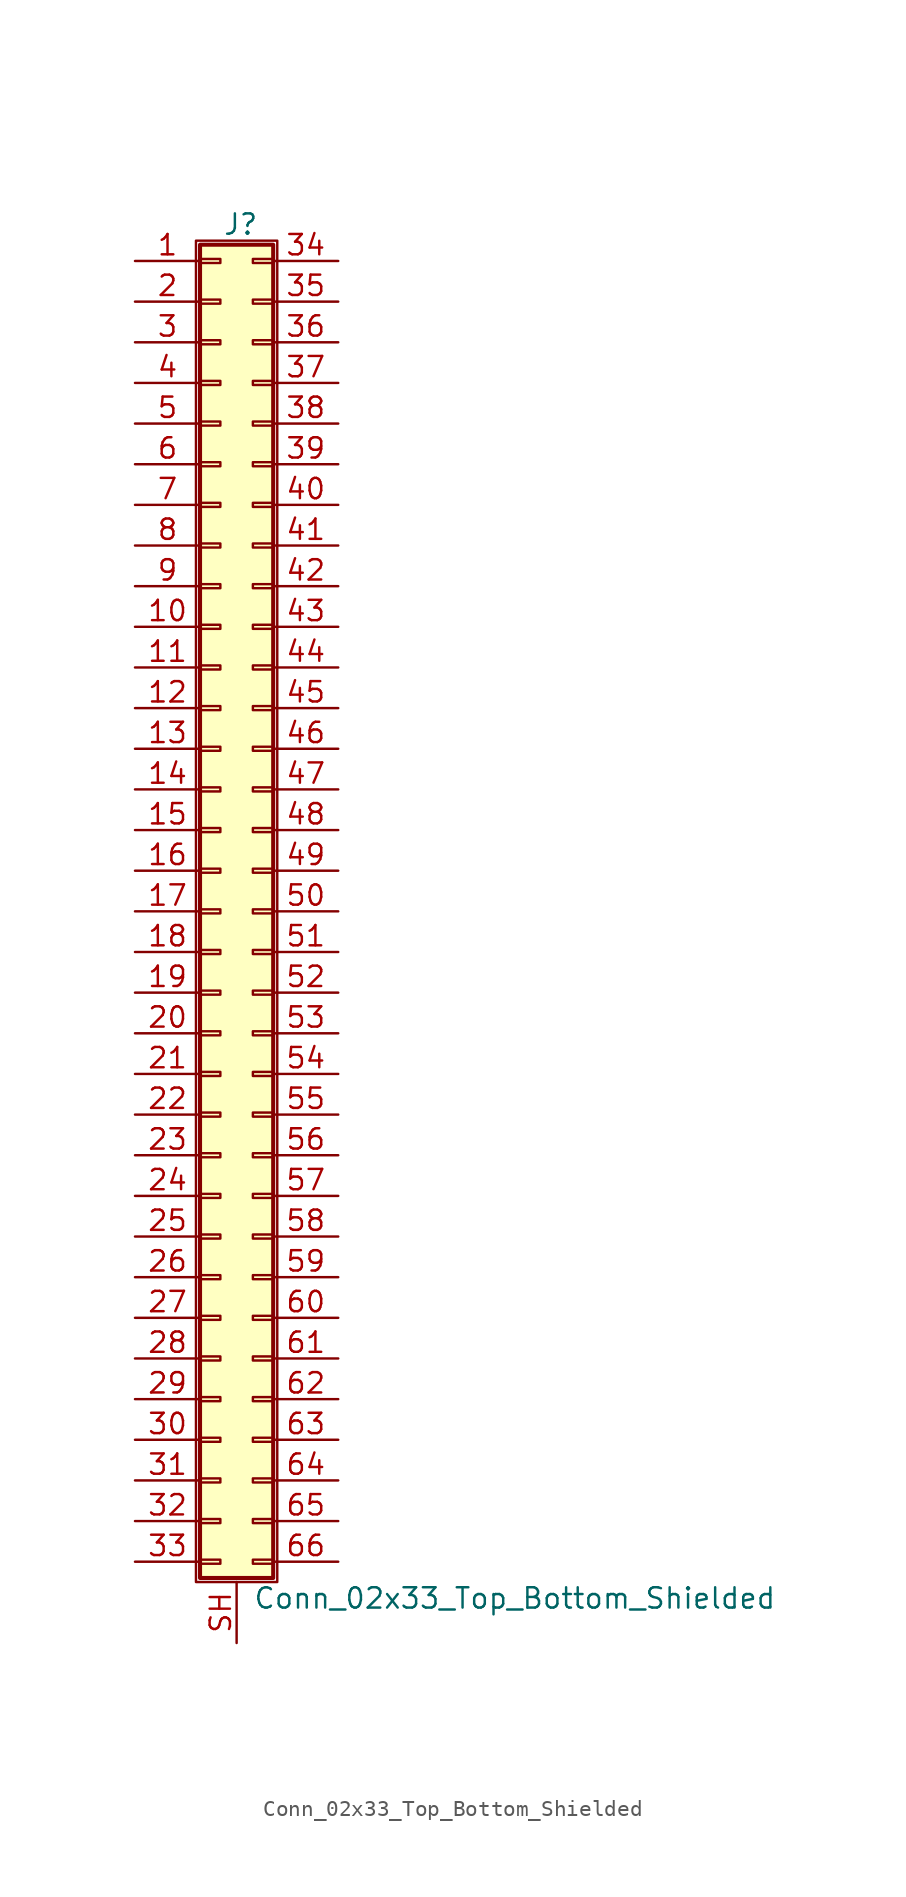
<source format=kicad_sym>
(kicad_symbol_lib
  (version 20201005)
  (generator kicad_symbol_editor)
  (symbol "Conn_02x33_Top_Bottom_Shielded"
    (pin_names
      (offset 1.016) hide)
    (property "Reference" "J"
      (at 1.524 42.926 0)
      (effects (font (size 1.27 1.27))))
    (property "Value" "Conn_02x33_Top_Bottom_Shielded"
      (at 2.286 -42.926 0)
      (effects (font (size 1.27 1.27)) (justify left)))
    (symbol "Conn_02x33_Top_Bottom_Shielded_1_1"
      (rectangle (start -1.27 41.91) (end 3.81 -41.91) (stroke (width 0.152)) (fill (type none)))
      (rectangle (start -1.016 -40.513) (end 0.254 -40.767) (stroke (width 0.152)) (fill (type none)))
      (rectangle (start -1.016 -37.973) (end 0.254 -38.227) (stroke (width 0.152)) (fill (type none)))
      (rectangle (start -1.016 -35.433) (end 0.254 -35.687) (stroke (width 0.152)) (fill (type none)))
      (rectangle (start -1.016 -32.893) (end 0.254 -33.147) (stroke (width 0.152)) (fill (type none)))
      (rectangle (start -1.016 -30.353) (end 0.254 -30.607) (stroke (width 0.152)) (fill (type none)))
      (rectangle (start -1.016 -27.813) (end 0.254 -28.067) (stroke (width 0.152)) (fill (type none)))
      (rectangle (start -1.016 -25.273) (end 0.254 -25.527) (stroke (width 0.152)) (fill (type none)))
      (rectangle (start -1.016 -22.733) (end 0.254 -22.987) (stroke (width 0.152)) (fill (type none)))
      (rectangle (start -1.016 -20.193) (end 0.254 -20.447) (stroke (width 0.152)) (fill (type none)))
      (rectangle (start -1.016 -17.653) (end 0.254 -17.907) (stroke (width 0.152)) (fill (type none)))
      (rectangle (start -1.016 -15.113) (end 0.254 -15.367) (stroke (width 0.152)) (fill (type none)))
      (rectangle (start -1.016 -12.573) (end 0.254 -12.827) (stroke (width 0.152)) (fill (type none)))
      (rectangle (start -1.016 -10.033) (end 0.254 -10.287) (stroke (width 0.152)) (fill (type none)))
      (rectangle (start -1.016 -7.493) (end 0.254 -7.747) (stroke (width 0.152)) (fill (type none)))
      (rectangle (start -1.016 -4.953) (end 0.254 -5.207) (stroke (width 0.152)) (fill (type none)))
      (rectangle (start -1.016 -2.413) (end 0.254 -2.667) (stroke (width 0.152)) (fill (type none)))
      (rectangle (start -1.016 0.127) (end 0.254 -0.127) (stroke (width 0.152)) (fill (type none)))
      (rectangle (start -1.016 2.667) (end 0.254 2.413) (stroke (width 0.152)) (fill (type none)))
      (rectangle (start -1.016 5.207) (end 0.254 4.953) (stroke (width 0.152)) (fill (type none)))
      (rectangle (start -1.016 7.747) (end 0.254 7.493) (stroke (width 0.152)) (fill (type none)))
      (rectangle (start -1.016 10.287) (end 0.254 10.033) (stroke (width 0.152)) (fill (type none)))
      (rectangle (start -1.016 12.827) (end 0.254 12.573) (stroke (width 0.152)) (fill (type none)))
      (rectangle (start -1.016 15.367) (end 0.254 15.113) (stroke (width 0.152)) (fill (type none)))
      (rectangle (start -1.016 17.907) (end 0.254 17.653) (stroke (width 0.152)) (fill (type none)))
      (rectangle (start -1.016 20.447) (end 0.254 20.193) (stroke (width 0.152)) (fill (type none)))
      (rectangle (start -1.016 22.987) (end 0.254 22.733) (stroke (width 0.152)) (fill (type none)))
      (rectangle (start -1.016 25.527) (end 0.254 25.273) (stroke (width 0.152)) (fill (type none)))
      (rectangle (start -1.016 28.067) (end 0.254 27.813) (stroke (width 0.152)) (fill (type none)))
      (rectangle (start -1.016 30.607) (end 0.254 30.353) (stroke (width 0.152)) (fill (type none)))
      (rectangle (start -1.016 33.147) (end 0.254 32.893) (stroke (width 0.152)) (fill (type none)))
      (rectangle (start -1.016 35.687) (end 0.254 35.433) (stroke (width 0.152)) (fill (type none)))
      (rectangle (start -1.016 38.227) (end 0.254 37.973) (stroke (width 0.152)) (fill (type none)))
      (rectangle (start -1.016 40.767) (end 0.254 40.513) (stroke (width 0.152)) (fill (type none)))
      (rectangle (start 3.556 -40.513) (end 2.286 -40.767) (stroke (width 0.152)) (fill (type none)))
      (rectangle (start 3.556 -37.973) (end 2.286 -38.227) (stroke (width 0.152)) (fill (type none)))
      (rectangle (start 3.556 -35.433) (end 2.286 -35.687) (stroke (width 0.152)) (fill (type none)))
      (rectangle (start 3.556 -32.893) (end 2.286 -33.147) (stroke (width 0.152)) (fill (type none)))
      (rectangle (start 3.556 -30.353) (end 2.286 -30.607) (stroke (width 0.152)) (fill (type none)))
      (rectangle (start 3.556 -27.813) (end 2.286 -28.067) (stroke (width 0.152)) (fill (type none)))
      (rectangle (start 3.556 -25.273) (end 2.286 -25.527) (stroke (width 0.152)) (fill (type none)))
      (rectangle (start 3.556 -22.733) (end 2.286 -22.987) (stroke (width 0.152)) (fill (type none)))
      (rectangle (start 3.556 -20.193) (end 2.286 -20.447) (stroke (width 0.152)) (fill (type none)))
      (rectangle (start 3.556 -17.653) (end 2.286 -17.907) (stroke (width 0.152)) (fill (type none)))
      (rectangle (start 3.556 -15.113) (end 2.286 -15.367) (stroke (width 0.152)) (fill (type none)))
      (rectangle (start 3.556 -12.573) (end 2.286 -12.827) (stroke (width 0.152)) (fill (type none)))
      (rectangle (start 3.556 -10.033) (end 2.286 -10.287) (stroke (width 0.152)) (fill (type none)))
      (rectangle (start 3.556 -7.493) (end 2.286 -7.747) (stroke (width 0.152)) (fill (type none)))
      (rectangle (start 3.556 -4.953) (end 2.286 -5.207) (stroke (width 0.152)) (fill (type none)))
      (rectangle (start 3.556 -2.413) (end 2.286 -2.667) (stroke (width 0.152)) (fill (type none)))
      (rectangle (start 3.556 0.127) (end 2.286 -0.127) (stroke (width 0.152)) (fill (type none)))
      (rectangle (start 3.556 2.667) (end 2.286 2.413) (stroke (width 0.152)) (fill (type none)))
      (rectangle (start 3.556 5.207) (end 2.286 4.953) (stroke (width 0.152)) (fill (type none)))
      (rectangle (start 3.556 7.747) (end 2.286 7.493) (stroke (width 0.152)) (fill (type none)))
      (rectangle (start 3.556 10.287) (end 2.286 10.033) (stroke (width 0.152)) (fill (type none)))
      (rectangle (start 3.556 12.827) (end 2.286 12.573) (stroke (width 0.152)) (fill (type none)))
      (rectangle (start 3.556 15.367) (end 2.286 15.113) (stroke (width 0.152)) (fill (type none)))
      (rectangle (start 3.556 17.907) (end 2.286 17.653) (stroke (width 0.152)) (fill (type none)))
      (rectangle (start 3.556 20.447) (end 2.286 20.193) (stroke (width 0.152)) (fill (type none)))
      (rectangle (start 3.556 22.987) (end 2.286 22.733) (stroke (width 0.152)) (fill (type none)))
      (rectangle (start 3.556 25.527) (end 2.286 25.273) (stroke (width 0.152)) (fill (type none)))
      (rectangle (start 3.556 28.067) (end 2.286 27.813) (stroke (width 0.152)) (fill (type none)))
      (rectangle (start 3.556 30.607) (end 2.286 30.353) (stroke (width 0.152)) (fill (type none)))
      (rectangle (start 3.556 33.147) (end 2.286 32.893) (stroke (width 0.152)) (fill (type none)))
      (rectangle (start 3.556 35.687) (end 2.286 35.433) (stroke (width 0.152)) (fill (type none)))
      (rectangle (start 3.556 38.227) (end 2.286 37.973) (stroke (width 0.152)) (fill (type none)))
      (rectangle (start 3.556 40.767) (end 2.286 40.513) (stroke (width 0.152)) (fill (type none)))
      (rectangle (start -1.016 41.656) (end 3.556 -41.656) (stroke (width 0.254)) (fill (type background)))
      (pin passive line (at -5.08 40.64 0) (length 4.064) (name "Pin_1" (effects (font (size 1.27 1.27)))) (number "1" (effects (font (size 1.27 1.27)))))
      (pin passive line (at -5.08 17.78 0) (length 4.064) (name "Pin_10" (effects (font (size 1.27 1.27)))) (number "10" (effects (font (size 1.27 1.27)))))
      (pin passive line (at -5.08 15.24 0) (length 4.064) (name "Pin_11" (effects (font (size 1.27 1.27)))) (number "11" (effects (font (size 1.27 1.27)))))
      (pin passive line (at -5.08 12.7 0) (length 4.064) (name "Pin_12" (effects (font (size 1.27 1.27)))) (number "12" (effects (font (size 1.27 1.27)))))
      (pin passive line (at -5.08 10.16 0) (length 4.064) (name "Pin_13" (effects (font (size 1.27 1.27)))) (number "13" (effects (font (size 1.27 1.27)))))
      (pin passive line (at -5.08 7.62 0) (length 4.064) (name "Pin_14" (effects (font (size 1.27 1.27)))) (number "14" (effects (font (size 1.27 1.27)))))
      (pin passive line (at -5.08 5.08 0) (length 4.064) (name "Pin_15" (effects (font (size 1.27 1.27)))) (number "15" (effects (font (size 1.27 1.27)))))
      (pin passive line (at -5.08 2.54 0) (length 4.064) (name "Pin_16" (effects (font (size 1.27 1.27)))) (number "16" (effects (font (size 1.27 1.27)))))
      (pin passive line (at -5.08 0 0) (length 4.064) (name "Pin_17" (effects (font (size 1.27 1.27)))) (number "17" (effects (font (size 1.27 1.27)))))
      (pin passive line (at -5.08 -2.54 0) (length 4.064) (name "Pin_18" (effects (font (size 1.27 1.27)))) (number "18" (effects (font (size 1.27 1.27)))))
      (pin passive line (at -5.08 -5.08 0) (length 4.064) (name "Pin_19" (effects (font (size 1.27 1.27)))) (number "19" (effects (font (size 1.27 1.27)))))
      (pin passive line (at -5.08 38.1 0) (length 4.064) (name "Pin_2" (effects (font (size 1.27 1.27)))) (number "2" (effects (font (size 1.27 1.27)))))
      (pin passive line (at -5.08 -7.62 0) (length 4.064) (name "Pin_20" (effects (font (size 1.27 1.27)))) (number "20" (effects (font (size 1.27 1.27)))))
      (pin passive line (at -5.08 -10.16 0) (length 4.064) (name "Pin_21" (effects (font (size 1.27 1.27)))) (number "21" (effects (font (size 1.27 1.27)))))
      (pin passive line (at -5.08 -12.7 0) (length 4.064) (name "Pin_22" (effects (font (size 1.27 1.27)))) (number "22" (effects (font (size 1.27 1.27)))))
      (pin passive line (at -5.08 -15.24 0) (length 4.064) (name "Pin_23" (effects (font (size 1.27 1.27)))) (number "23" (effects (font (size 1.27 1.27)))))
      (pin passive line (at -5.08 -17.78 0) (length 4.064) (name "Pin_24" (effects (font (size 1.27 1.27)))) (number "24" (effects (font (size 1.27 1.27)))))
      (pin passive line (at -5.08 -20.32 0) (length 4.064) (name "Pin_25" (effects (font (size 1.27 1.27)))) (number "25" (effects (font (size 1.27 1.27)))))
      (pin passive line (at -5.08 -22.86 0) (length 4.064) (name "Pin_26" (effects (font (size 1.27 1.27)))) (number "26" (effects (font (size 1.27 1.27)))))
      (pin passive line (at -5.08 -25.4 0) (length 4.064) (name "Pin_27" (effects (font (size 1.27 1.27)))) (number "27" (effects (font (size 1.27 1.27)))))
      (pin passive line (at -5.08 -27.94 0) (length 4.064) (name "Pin_28" (effects (font (size 1.27 1.27)))) (number "28" (effects (font (size 1.27 1.27)))))
      (pin passive line (at -5.08 -30.48 0) (length 4.064) (name "Pin_29" (effects (font (size 1.27 1.27)))) (number "29" (effects (font (size 1.27 1.27)))))
      (pin passive line (at -5.08 35.56 0) (length 4.064) (name "Pin_3" (effects (font (size 1.27 1.27)))) (number "3" (effects (font (size 1.27 1.27)))))
      (pin passive line (at -5.08 -33.02 0) (length 4.064) (name "Pin_30" (effects (font (size 1.27 1.27)))) (number "30" (effects (font (size 1.27 1.27)))))
      (pin passive line (at -5.08 -35.56 0) (length 4.064) (name "Pin_31" (effects (font (size 1.27 1.27)))) (number "31" (effects (font (size 1.27 1.27)))))
      (pin passive line (at -5.08 -38.1 0) (length 4.064) (name "Pin_32" (effects (font (size 1.27 1.27)))) (number "32" (effects (font (size 1.27 1.27)))))
      (pin passive line (at -5.08 -40.64 0) (length 4.064) (name "Pin_33" (effects (font (size 1.27 1.27)))) (number "33" (effects (font (size 1.27 1.27)))))
      (pin passive line (at 7.62 40.64 180) (length 4.064) (name "Pin_34" (effects (font (size 1.27 1.27)))) (number "34" (effects (font (size 1.27 1.27)))))
      (pin passive line (at 7.62 38.1 180) (length 4.064) (name "Pin_35" (effects (font (size 1.27 1.27)))) (number "35" (effects (font (size 1.27 1.27)))))
      (pin passive line (at 7.62 35.56 180) (length 4.064) (name "Pin_36" (effects (font (size 1.27 1.27)))) (number "36" (effects (font (size 1.27 1.27)))))
      (pin passive line (at 7.62 33.02 180) (length 4.064) (name "Pin_37" (effects (font (size 1.27 1.27)))) (number "37" (effects (font (size 1.27 1.27)))))
      (pin passive line (at 7.62 30.48 180) (length 4.064) (name "Pin_38" (effects (font (size 1.27 1.27)))) (number "38" (effects (font (size 1.27 1.27)))))
      (pin passive line (at 7.62 27.94 180) (length 4.064) (name "Pin_39" (effects (font (size 1.27 1.27)))) (number "39" (effects (font (size 1.27 1.27)))))
      (pin passive line (at -5.08 33.02 0) (length 4.064) (name "Pin_4" (effects (font (size 1.27 1.27)))) (number "4" (effects (font (size 1.27 1.27)))))
      (pin passive line (at 7.62 25.4 180) (length 4.064) (name "Pin_40" (effects (font (size 1.27 1.27)))) (number "40" (effects (font (size 1.27 1.27)))))
      (pin passive line (at 7.62 22.86 180) (length 4.064) (name "Pin_41" (effects (font (size 1.27 1.27)))) (number "41" (effects (font (size 1.27 1.27)))))
      (pin passive line (at 7.62 20.32 180) (length 4.064) (name "Pin_42" (effects (font (size 1.27 1.27)))) (number "42" (effects (font (size 1.27 1.27)))))
      (pin passive line (at 7.62 17.78 180) (length 4.064) (name "Pin_43" (effects (font (size 1.27 1.27)))) (number "43" (effects (font (size 1.27 1.27)))))
      (pin passive line (at 7.62 15.24 180) (length 4.064) (name "Pin_44" (effects (font (size 1.27 1.27)))) (number "44" (effects (font (size 1.27 1.27)))))
      (pin passive line (at 7.62 12.7 180) (length 4.064) (name "Pin_45" (effects (font (size 1.27 1.27)))) (number "45" (effects (font (size 1.27 1.27)))))
      (pin passive line (at 7.62 10.16 180) (length 4.064) (name "Pin_46" (effects (font (size 1.27 1.27)))) (number "46" (effects (font (size 1.27 1.27)))))
      (pin passive line (at 7.62 7.62 180) (length 4.064) (name "Pin_47" (effects (font (size 1.27 1.27)))) (number "47" (effects (font (size 1.27 1.27)))))
      (pin passive line (at 7.62 5.08 180) (length 4.064) (name "Pin_48" (effects (font (size 1.27 1.27)))) (number "48" (effects (font (size 1.27 1.27)))))
      (pin passive line (at 7.62 2.54 180) (length 4.064) (name "Pin_49" (effects (font (size 1.27 1.27)))) (number "49" (effects (font (size 1.27 1.27)))))
      (pin passive line (at -5.08 30.48 0) (length 4.064) (name "Pin_5" (effects (font (size 1.27 1.27)))) (number "5" (effects (font (size 1.27 1.27)))))
      (pin passive line (at 7.62 0 180) (length 4.064) (name "Pin_50" (effects (font (size 1.27 1.27)))) (number "50" (effects (font (size 1.27 1.27)))))
      (pin passive line (at 7.62 -2.54 180) (length 4.064) (name "Pin_51" (effects (font (size 1.27 1.27)))) (number "51" (effects (font (size 1.27 1.27)))))
      (pin passive line (at 7.62 -5.08 180) (length 4.064) (name "Pin_52" (effects (font (size 1.27 1.27)))) (number "52" (effects (font (size 1.27 1.27)))))
      (pin passive line (at 7.62 -7.62 180) (length 4.064) (name "Pin_53" (effects (font (size 1.27 1.27)))) (number "53" (effects (font (size 1.27 1.27)))))
      (pin passive line (at 7.62 -10.16 180) (length 4.064) (name "Pin_54" (effects (font (size 1.27 1.27)))) (number "54" (effects (font (size 1.27 1.27)))))
      (pin passive line (at 7.62 -12.7 180) (length 4.064) (name "Pin_55" (effects (font (size 1.27 1.27)))) (number "55" (effects (font (size 1.27 1.27)))))
      (pin passive line (at 7.62 -15.24 180) (length 4.064) (name "Pin_56" (effects (font (size 1.27 1.27)))) (number "56" (effects (font (size 1.27 1.27)))))
      (pin passive line (at 7.62 -17.78 180) (length 4.064) (name "Pin_57" (effects (font (size 1.27 1.27)))) (number "57" (effects (font (size 1.27 1.27)))))
      (pin passive line (at 7.62 -20.32 180) (length 4.064) (name "Pin_58" (effects (font (size 1.27 1.27)))) (number "58" (effects (font (size 1.27 1.27)))))
      (pin passive line (at 7.62 -22.86 180) (length 4.064) (name "Pin_59" (effects (font (size 1.27 1.27)))) (number "59" (effects (font (size 1.27 1.27)))))
      (pin passive line (at -5.08 27.94 0) (length 4.064) (name "Pin_6" (effects (font (size 1.27 1.27)))) (number "6" (effects (font (size 1.27 1.27)))))
      (pin passive line (at 7.62 -25.4 180) (length 4.064) (name "Pin_60" (effects (font (size 1.27 1.27)))) (number "60" (effects (font (size 1.27 1.27)))))
      (pin passive line (at 7.62 -27.94 180) (length 4.064) (name "Pin_61" (effects (font (size 1.27 1.27)))) (number "61" (effects (font (size 1.27 1.27)))))
      (pin passive line (at 7.62 -30.48 180) (length 4.064) (name "Pin_62" (effects (font (size 1.27 1.27)))) (number "62" (effects (font (size 1.27 1.27)))))
      (pin passive line (at 7.62 -33.02 180) (length 4.064) (name "Pin_63" (effects (font (size 1.27 1.27)))) (number "63" (effects (font (size 1.27 1.27)))))
      (pin passive line (at 7.62 -35.56 180) (length 4.064) (name "Pin_64" (effects (font (size 1.27 1.27)))) (number "64" (effects (font (size 1.27 1.27)))))
      (pin passive line (at 7.62 -38.1 180) (length 4.064) (name "Pin_65" (effects (font (size 1.27 1.27)))) (number "65" (effects (font (size 1.27 1.27)))))
      (pin passive line (at 7.62 -40.64 180) (length 4.064) (name "Pin_66" (effects (font (size 1.27 1.27)))) (number "66" (effects (font (size 1.27 1.27)))))
      (pin passive line (at -5.08 25.4 0) (length 4.064) (name "Pin_7" (effects (font (size 1.27 1.27)))) (number "7" (effects (font (size 1.27 1.27)))))
      (pin passive line (at -5.08 22.86 0) (length 4.064) (name "Pin_8" (effects (font (size 1.27 1.27)))) (number "8" (effects (font (size 1.27 1.27)))))
      (pin passive line (at -5.08 20.32 0) (length 4.064) (name "Pin_9" (effects (font (size 1.27 1.27)))) (number "9" (effects (font (size 1.27 1.27)))))
      (pin passive line (at 1.27 -45.72 90) (length 3.81) (name "Shield" (effects (font (size 1.27 1.27)))) (number "SH" (effects (font (size 1.27 1.27))))))))
</source>
